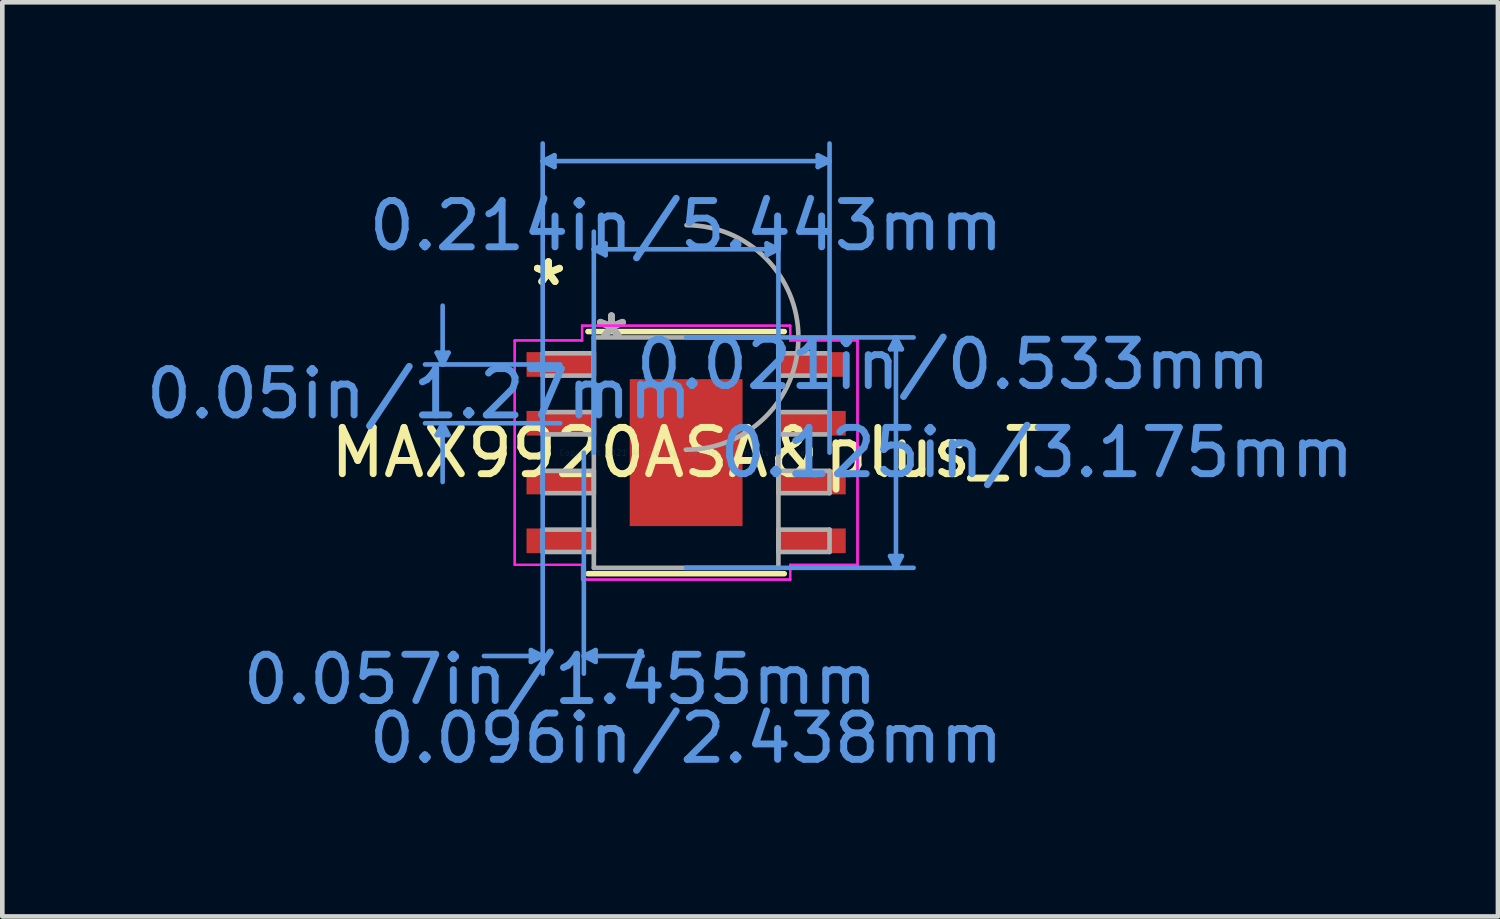
<source format=kicad_pcb>
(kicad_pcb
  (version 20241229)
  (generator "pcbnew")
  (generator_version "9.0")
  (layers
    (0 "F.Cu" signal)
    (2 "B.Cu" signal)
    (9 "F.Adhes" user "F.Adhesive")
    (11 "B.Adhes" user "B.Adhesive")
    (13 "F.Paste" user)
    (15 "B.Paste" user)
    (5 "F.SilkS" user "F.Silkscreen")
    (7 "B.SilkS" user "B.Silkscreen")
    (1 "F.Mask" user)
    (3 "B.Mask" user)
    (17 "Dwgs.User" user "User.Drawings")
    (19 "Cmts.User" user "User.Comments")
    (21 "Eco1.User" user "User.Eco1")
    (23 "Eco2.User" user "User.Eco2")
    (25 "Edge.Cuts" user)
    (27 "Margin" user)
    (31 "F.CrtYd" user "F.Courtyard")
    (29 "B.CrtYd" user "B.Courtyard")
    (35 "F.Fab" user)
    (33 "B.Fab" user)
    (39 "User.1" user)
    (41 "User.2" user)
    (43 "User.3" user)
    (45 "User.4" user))
  (footprint "MAX9920ASA&plus_T"
    (layer "F.Cu")
    (at 11.775 6.73)
    (property "Reference" "MAX9920ASA&plus_T" (at 0 0 0) (layer "F.SilkS") (effects (font (size 1 1) (thickness 0.15))))
    (attr through_hole)
    (fp_line (start -2.121 2.616) (end 2.121 2.616) (stroke (width 0.12) (type solid)) (layer "F.SilkS"))
    (fp_line (start 2.121 -2.616) (end -2.121 -2.616) (stroke (width 0.12) (type solid)) (layer "F.SilkS"))
    (fp_poly (pts (xy -1.119 -1.488) (xy -1.119 -0.1) (xy 1.119 -0.1) (xy 1.119 -1.488)) (stroke (width 0.1) (type solid)) (fill yes) (layer "F.Paste"))
    (fp_poly (pts (xy -1.119 0.1) (xy -1.119 1.488) (xy 1.119 1.488) (xy 1.119 0.1)) (stroke (width 0.1) (type solid)) (fill yes) (layer "F.Paste"))
    (fp_line (start -5.388 -2.159) (end -5.134 -2.159) (stroke (width 0.1) (type solid)) (layer "Cmts.User"))
    (fp_line (start -5.388 -0.381) (end -5.134 -0.381) (stroke (width 0.1) (type solid)) (layer "Cmts.User"))
    (fp_line (start -5.261 -1.905) (end -5.388 -2.159) (stroke (width 0.1) (type solid)) (layer "Cmts.User"))
    (fp_line (start -5.261 -1.905) (end -5.261 -3.175) (stroke (width 0.1) (type solid)) (layer "Cmts.User"))
    (fp_line (start -5.261 -1.905) (end -5.134 -2.159) (stroke (width 0.1) (type solid)) (layer "Cmts.User"))
    (fp_line (start -5.261 -0.635) (end -5.388 -0.381) (stroke (width 0.1) (type solid)) (layer "Cmts.User"))
    (fp_line (start -5.261 -0.635) (end -5.261 0.635) (stroke (width 0.1) (type solid)) (layer "Cmts.User"))
    (fp_line (start -5.261 -0.635) (end -5.134 -0.381) (stroke (width 0.1) (type solid)) (layer "Cmts.User"))
    (fp_line (start -3.353 4.267) (end -3.353 4.521) (stroke (width 0.1) (type solid)) (layer "Cmts.User"))
    (fp_line (start -3.099 -6.299) (end -2.845 -6.426) (stroke (width 0.1) (type solid)) (layer "Cmts.User"))
    (fp_line (start -3.099 -6.299) (end -2.845 -6.172) (stroke (width 0.1) (type solid)) (layer "Cmts.User"))
    (fp_line (start -3.099 -6.299) (end 3.099 -6.299) (stroke (width 0.1) (type solid)) (layer "Cmts.User"))
    (fp_line (start -3.099 0) (end -3.099 -6.68) (stroke (width 0.1) (type solid)) (layer "Cmts.User"))
    (fp_line (start -3.099 0) (end -3.099 4.775) (stroke (width 0.1) (type solid)) (layer "Cmts.User"))
    (fp_line (start -3.099 4.394) (end -4.369 4.394) (stroke (width 0.1) (type solid)) (layer "Cmts.User"))
    (fp_line (start -3.099 4.394) (end -3.353 4.267) (stroke (width 0.1) (type solid)) (layer "Cmts.User"))
    (fp_line (start -3.099 4.394) (end -3.353 4.521) (stroke (width 0.1) (type solid)) (layer "Cmts.User"))
    (fp_line (start -2.845 -6.426) (end -2.845 -6.172) (stroke (width 0.1) (type solid)) (layer "Cmts.User"))
    (fp_line (start -2.721 -1.905) (end -5.642 -1.905) (stroke (width 0.1) (type solid)) (layer "Cmts.User"))
    (fp_line (start -2.721 -0.635) (end -5.642 -0.635) (stroke (width 0.1) (type solid)) (layer "Cmts.User"))
    (fp_line (start -2.21 0) (end -2.21 4.775) (stroke (width 0.1) (type solid)) (layer "Cmts.User"))
    (fp_line (start -2.21 4.394) (end -1.956 4.267) (stroke (width 0.1) (type solid)) (layer "Cmts.User"))
    (fp_line (start -2.21 4.394) (end -1.956 4.521) (stroke (width 0.1) (type solid)) (layer "Cmts.User"))
    (fp_line (start -2.21 4.394) (end -0.94 4.394) (stroke (width 0.1) (type solid)) (layer "Cmts.User"))
    (fp_line (start -1.994 -4.394) (end -1.74 -4.521) (stroke (width 0.1) (type solid)) (layer "Cmts.User"))
    (fp_line (start -1.994 -4.394) (end -1.74 -4.267) (stroke (width 0.1) (type solid)) (layer "Cmts.User"))
    (fp_line (start -1.994 -4.394) (end 1.994 -4.394) (stroke (width 0.1) (type solid)) (layer "Cmts.User"))
    (fp_line (start -1.994 0) (end -1.994 -4.775) (stroke (width 0.1) (type solid)) (layer "Cmts.User"))
    (fp_line (start -1.956 4.267) (end -1.956 4.521) (stroke (width 0.1) (type solid)) (layer "Cmts.User"))
    (fp_line (start -1.74 -4.521) (end -1.74 -4.267) (stroke (width 0.1) (type solid)) (layer "Cmts.User"))
    (fp_line (start 0 -2.489) (end 4.915 -2.489) (stroke (width 0.1) (type solid)) (layer "Cmts.User"))
    (fp_line (start 0 2.489) (end 4.915 2.489) (stroke (width 0.1) (type solid)) (layer "Cmts.User"))
    (fp_line (start 1.74 -4.521) (end 1.74 -4.267) (stroke (width 0.1) (type solid)) (layer "Cmts.User"))
    (fp_line (start 1.994 -4.394) (end 1.74 -4.521) (stroke (width 0.1) (type solid)) (layer "Cmts.User"))
    (fp_line (start 1.994 -4.394) (end 1.74 -4.267) (stroke (width 0.1) (type solid)) (layer "Cmts.User"))
    (fp_line (start 1.994 0) (end 1.994 -4.775) (stroke (width 0.1) (type solid)) (layer "Cmts.User"))
    (fp_line (start 2.845 -6.426) (end 2.845 -6.172) (stroke (width 0.1) (type solid)) (layer "Cmts.User"))
    (fp_line (start 3.099 -6.299) (end 2.845 -6.426) (stroke (width 0.1) (type solid)) (layer "Cmts.User"))
    (fp_line (start 3.099 -6.299) (end 2.845 -6.172) (stroke (width 0.1) (type solid)) (layer "Cmts.User"))
    (fp_line (start 3.099 0) (end 3.099 -6.68) (stroke (width 0.1) (type solid)) (layer "Cmts.User"))
    (fp_line (start 4.407 -2.235) (end 4.661 -2.235) (stroke (width 0.1) (type solid)) (layer "Cmts.User"))
    (fp_line (start 4.407 2.235) (end 4.661 2.235) (stroke (width 0.1) (type solid)) (layer "Cmts.User"))
    (fp_line (start 4.534 -2.489) (end 4.407 -2.235) (stroke (width 0.1) (type solid)) (layer "Cmts.User"))
    (fp_line (start 4.534 -2.489) (end 4.534 2.489) (stroke (width 0.1) (type solid)) (layer "Cmts.User"))
    (fp_line (start 4.534 -2.489) (end 4.661 -2.235) (stroke (width 0.1) (type solid)) (layer "Cmts.User"))
    (fp_line (start 4.534 2.489) (end 4.407 2.235) (stroke (width 0.1) (type solid)) (layer "Cmts.User"))
    (fp_line (start 4.534 2.489) (end 4.661 2.235) (stroke (width 0.1) (type solid)) (layer "Cmts.User"))
    (fp_line (start -3.703 -2.425) (end -2.248 -2.425) (stroke (width 0.05) (type solid)) (layer "F.CrtYd"))
    (fp_line (start -3.703 -2.425) (end -2.248 -2.425) (stroke (width 0.05) (type solid)) (layer "F.CrtYd"))
    (fp_line (start -3.703 2.425) (end -3.703 -2.425) (stroke (width 0.05) (type solid)) (layer "F.CrtYd"))
    (fp_line (start -3.703 2.425) (end -3.703 -2.425) (stroke (width 0.05) (type solid)) (layer "F.CrtYd"))
    (fp_line (start -3.703 2.425) (end -2.248 2.425) (stroke (width 0.05) (type solid)) (layer "F.CrtYd"))
    (fp_line (start -2.248 -2.743) (end 2.248 -2.743) (stroke (width 0.05) (type solid)) (layer "F.CrtYd"))
    (fp_line (start -2.248 -2.743) (end 2.248 -2.743) (stroke (width 0.05) (type solid)) (layer "F.CrtYd"))
    (fp_line (start -2.248 -2.425) (end -2.248 -2.743) (stroke (width 0.05) (type solid)) (layer "F.CrtYd"))
    (fp_line (start -2.248 -2.425) (end -2.248 -2.743) (stroke (width 0.05) (type solid)) (layer "F.CrtYd"))
    (fp_line (start -2.248 2.425) (end -3.703 2.425) (stroke (width 0.05) (type solid)) (layer "F.CrtYd"))
    (fp_line (start -2.248 2.743) (end -2.248 2.425) (stroke (width 0.05) (type solid)) (layer "F.CrtYd"))
    (fp_line (start -2.248 2.743) (end -2.248 2.425) (stroke (width 0.05) (type solid)) (layer "F.CrtYd"))
    (fp_line (start 2.248 -2.743) (end 2.248 -2.425) (stroke (width 0.05) (type solid)) (layer "F.CrtYd"))
    (fp_line (start 2.248 -2.743) (end 2.248 -2.425) (stroke (width 0.05) (type solid)) (layer "F.CrtYd"))
    (fp_line (start 2.248 -2.425) (end 3.703 -2.425) (stroke (width 0.05) (type solid)) (layer "F.CrtYd"))
    (fp_line (start 2.248 2.425) (end 2.248 2.743) (stroke (width 0.05) (type solid)) (layer "F.CrtYd"))
    (fp_line (start 2.248 2.425) (end 2.248 2.743) (stroke (width 0.05) (type solid)) (layer "F.CrtYd"))
    (fp_line (start 2.248 2.743) (end -2.248 2.743) (stroke (width 0.05) (type solid)) (layer "F.CrtYd"))
    (fp_line (start 2.248 2.743) (end -2.248 2.743) (stroke (width 0.05) (type solid)) (layer "F.CrtYd"))
    (fp_line (start 3.703 -2.425) (end 2.248 -2.425) (stroke (width 0.05) (type solid)) (layer "F.CrtYd"))
    (fp_line (start 3.703 -2.425) (end 3.703 2.425) (stroke (width 0.05) (type solid)) (layer "F.CrtYd"))
    (fp_line (start 3.703 -2.425) (end 3.703 2.425) (stroke (width 0.05) (type solid)) (layer "F.CrtYd"))
    (fp_line (start 3.703 2.425) (end 2.248 2.425) (stroke (width 0.05) (type solid)) (layer "F.CrtYd"))
    (fp_line (start 3.703 2.425) (end 2.248 2.425) (stroke (width 0.05) (type solid)) (layer "F.CrtYd"))
    (fp_line (start -3.099 -2.146) (end -3.099 -1.664) (stroke (width 0.1) (type solid)) (layer "F.Fab"))
    (fp_line (start -3.099 -1.664) (end -1.994 -1.664) (stroke (width 0.1) (type solid)) (layer "F.Fab"))
    (fp_line (start -3.099 -0.876) (end -3.099 -0.394) (stroke (width 0.1) (type solid)) (layer "F.Fab"))
    (fp_line (start -3.099 -0.394) (end -1.994 -0.394) (stroke (width 0.1) (type solid)) (layer "F.Fab"))
    (fp_line (start -3.099 0.394) (end -3.099 0.876) (stroke (width 0.1) (type solid)) (layer "F.Fab"))
    (fp_line (start -3.099 0.876) (end -1.994 0.876) (stroke (width 0.1) (type solid)) (layer "F.Fab"))
    (fp_line (start -3.099 1.664) (end -3.099 2.146) (stroke (width 0.1) (type solid)) (layer "F.Fab"))
    (fp_line (start -3.099 2.146) (end -1.994 2.146) (stroke (width 0.1) (type solid)) (layer "F.Fab"))
    (fp_line (start -1.994 -2.489) (end -1.994 2.489) (stroke (width 0.1) (type solid)) (layer "F.Fab"))
    (fp_line (start -1.994 -2.146) (end -3.099 -2.146) (stroke (width 0.1) (type solid)) (layer "F.Fab"))
    (fp_line (start -1.994 -1.664) (end -1.994 -2.146) (stroke (width 0.1) (type solid)) (layer "F.Fab"))
    (fp_line (start -1.994 -0.876) (end -3.099 -0.876) (stroke (width 0.1) (type solid)) (layer "F.Fab"))
    (fp_line (start -1.994 -0.394) (end -1.994 -0.876) (stroke (width 0.1) (type solid)) (layer "F.Fab"))
    (fp_line (start -1.994 0.394) (end -3.099 0.394) (stroke (width 0.1) (type solid)) (layer "F.Fab"))
    (fp_line (start -1.994 0.876) (end -1.994 0.394) (stroke (width 0.1) (type solid)) (layer "F.Fab"))
    (fp_line (start -1.994 1.664) (end -3.099 1.664) (stroke (width 0.1) (type solid)) (layer "F.Fab"))
    (fp_line (start -1.994 2.146) (end -1.994 1.664) (stroke (width 0.1) (type solid)) (layer "F.Fab"))
    (fp_line (start -1.994 2.489) (end 1.994 2.489) (stroke (width 0.1) (type solid)) (layer "F.Fab"))
    (fp_line (start 1.994 -2.489) (end -1.994 -2.489) (stroke (width 0.1) (type solid)) (layer "F.Fab"))
    (fp_line (start 1.994 -2.146) (end 1.994 -1.664) (stroke (width 0.1) (type solid)) (layer "F.Fab"))
    (fp_line (start 1.994 -1.664) (end 3.099 -1.664) (stroke (width 0.1) (type solid)) (layer "F.Fab"))
    (fp_line (start 1.994 -0.876) (end 1.994 -0.394) (stroke (width 0.1) (type solid)) (layer "F.Fab"))
    (fp_line (start 1.994 -0.394) (end 3.099 -0.394) (stroke (width 0.1) (type solid)) (layer "F.Fab"))
    (fp_line (start 1.994 0.394) (end 1.994 0.876) (stroke (width 0.1) (type solid)) (layer "F.Fab"))
    (fp_line (start 1.994 0.876) (end 3.099 0.876) (stroke (width 0.1) (type solid)) (layer "F.Fab"))
    (fp_line (start 1.994 1.664) (end 1.994 2.146) (stroke (width 0.1) (type solid)) (layer "F.Fab"))
    (fp_line (start 1.994 2.146) (end 3.099 2.146) (stroke (width 0.1) (type solid)) (layer "F.Fab"))
    (fp_line (start 1.994 2.489) (end 1.994 -2.489) (stroke (width 0.1) (type solid)) (layer "F.Fab"))
    (fp_line (start 3.099 -2.146) (end 1.994 -2.146) (stroke (width 0.1) (type solid)) (layer "F.Fab"))
    (fp_line (start 3.099 -1.664) (end 3.099 -2.146) (stroke (width 0.1) (type solid)) (layer "F.Fab"))
    (fp_line (start 3.099 -0.876) (end 1.994 -0.876) (stroke (width 0.1) (type solid)) (layer "F.Fab"))
    (fp_line (start 3.099 -0.394) (end 3.099 -0.876) (stroke (width 0.1) (type solid)) (layer "F.Fab"))
    (fp_line (start 3.099 0.394) (end 1.994 0.394) (stroke (width 0.1) (type solid)) (layer "F.Fab"))
    (fp_line (start 3.099 0.876) (end 3.099 0.394) (stroke (width 0.1) (type solid)) (layer "F.Fab"))
    (fp_line (start 3.099 1.664) (end 1.994 1.664) (stroke (width 0.1) (type solid)) (layer "F.Fab"))
    (fp_line (start 3.099 2.146) (end 3.099 1.664) (stroke (width 0.1) (type solid)) (layer "F.Fab"))
    (fp_arc (start 0.007742 -4.915174) (mid 2.425974 -2.481458) (end -0.007742 -0.063226) (stroke (width 0.1) (type solid)) (layer "F.Fab"))
    (fp_text user "*" (at -2.975 -3.581 0) (layer "F.SilkS") (effects (font (size 1 1) (thickness 0.15))))
    (fp_text user "*" (at -2.975 -3.581 0) (layer "F.SilkS") (effects (font (size 1 1) (thickness 0.15))))
    (fp_text user "0.021in/0.533mm" (at 5.769 -1.905 0) (layer "Cmts.User") (effects (font (size 1 1) (thickness 0.15))))
    (fp_text user "0.125in/3.175mm" (at 7.582 0 0) (layer "Cmts.User") (effects (font (size 1 1) (thickness 0.15))))
    (fp_text user "0.057in/1.455mm" (at -2.721 4.902 0) (layer "Cmts.User") (effects (font (size 1 1) (thickness 0.15))))
    (fp_text user "0.214in/5.443mm" (at 0 -4.902 0) (layer "Cmts.User") (effects (font (size 1 1) (thickness 0.15))))
    (fp_text user "0.05in/1.27mm" (at -5.769 -1.27 0) (layer "Cmts.User") (effects (font (size 1 1) (thickness 0.15))))
    (fp_text user "Copyright 2021 Accelerated Designs. All rights reserved." (at 0 0 0) (layer "Cmts.User") (effects (font (size 0.127 0.127) (thickness 0.002))))
    (fp_text user "0.096in/2.438mm" (at 0 6.172 0) (layer "Cmts.User") (effects (font (size 1 1) (thickness 0.15))))
    (fp_text user "*" (at -1.613 -2.413 0) (layer "F.Fab") (effects (font (size 1 1) (thickness 0.15))))
    (fp_text user "*" (at -1.613 -2.413 0) (layer "F.Fab") (effects (font (size 1 1) (thickness 0.15))))
    (pad "1" smd rect (at -2.721 -1.905) (size 1.455 0.533) (layers "F.Cu" "F.Mask" "F.Paste"))
    (pad "2" smd rect (at -2.721 -0.635) (size 1.455 0.533) (layers "F.Cu" "F.Mask" "F.Paste"))
    (pad "3" smd rect (at -2.721 0.635) (size 1.455 0.533) (layers "F.Cu" "F.Mask" "F.Paste"))
    (pad "4" smd rect (at -2.721 1.905) (size 1.455 0.533) (layers "F.Cu" "F.Mask" "F.Paste"))
    (pad "5" smd rect (at 2.721 1.905) (size 1.455 0.533) (layers "F.Cu" "F.Mask" "F.Paste"))
    (pad "6" smd rect (at 2.721 0.635) (size 1.455 0.533) (layers "F.Cu" "F.Mask" "F.Paste"))
    (pad "7" smd rect (at 2.721 -0.635) (size 1.455 0.533) (layers "F.Cu" "F.Mask" "F.Paste"))
    (pad "8" smd rect (at 2.721 -1.905) (size 1.455 0.533) (layers "F.Cu" "F.Mask" "F.Paste"))
    (pad "EPAD" smd rect (at 0 0) (size 2.438 3.175) (layers "F.Cu" "F.Mask")))
  (gr_rect
    (start -3 -3)
    (end 29.316 16.751)
    (stroke (width 0.1) (type default))
    (fill no)
    (layer "Edge.Cuts")))
</source>
